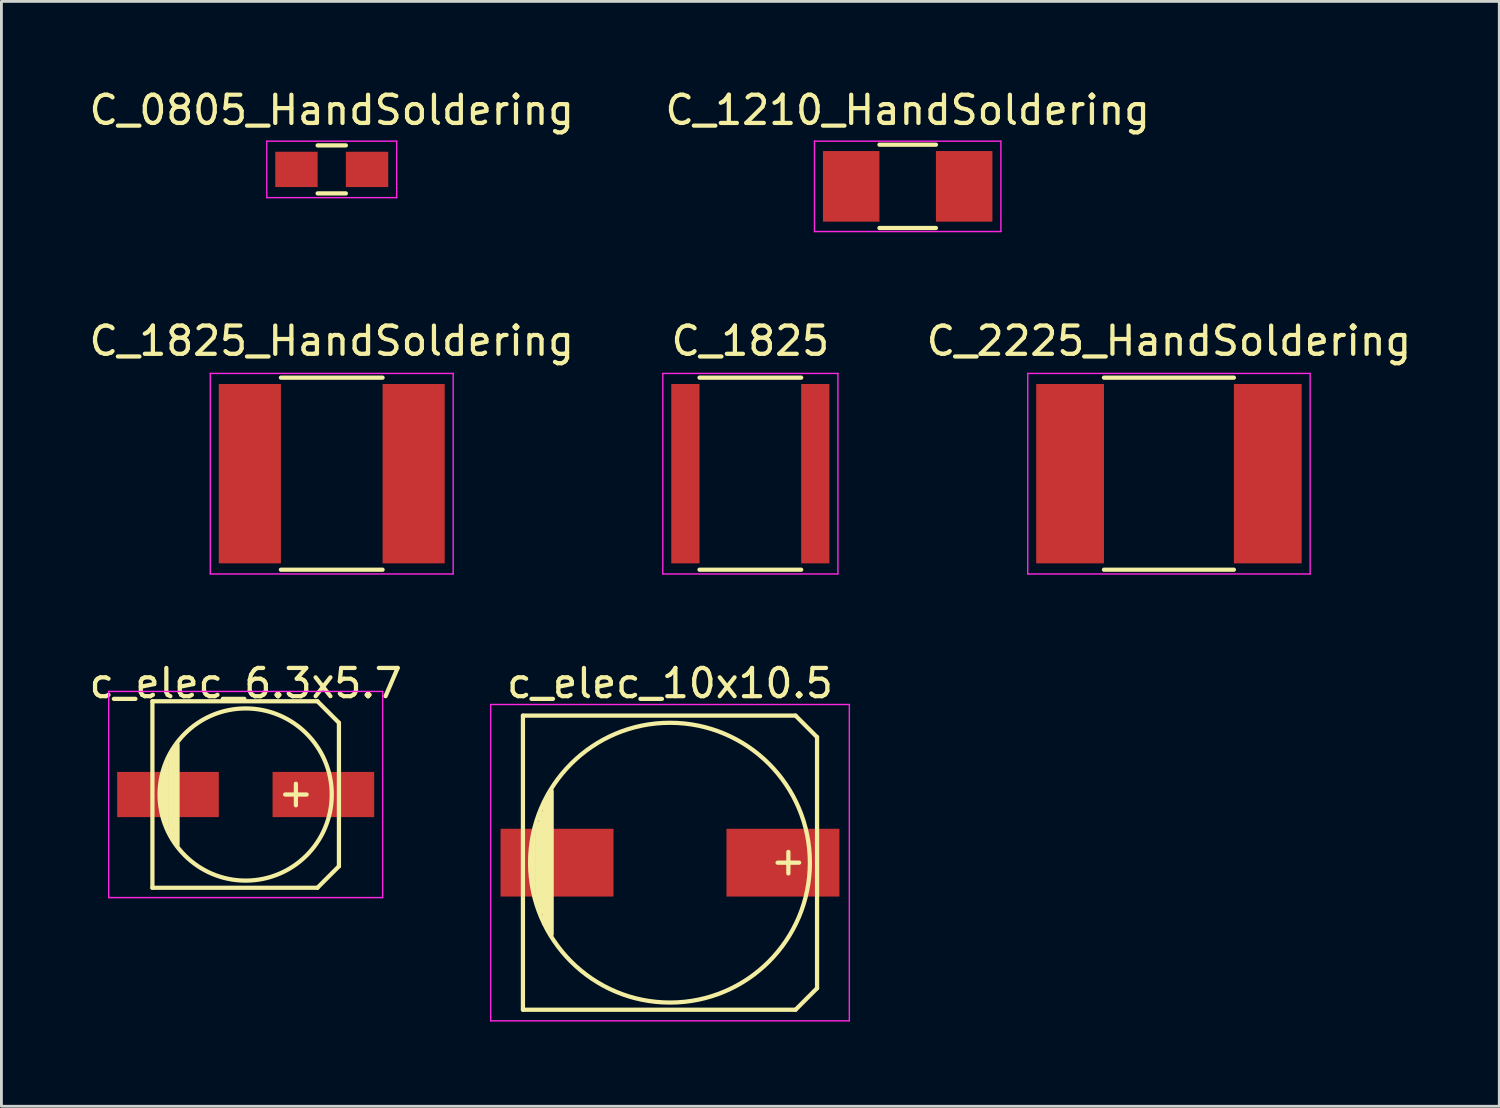
<source format=kicad_pcb>
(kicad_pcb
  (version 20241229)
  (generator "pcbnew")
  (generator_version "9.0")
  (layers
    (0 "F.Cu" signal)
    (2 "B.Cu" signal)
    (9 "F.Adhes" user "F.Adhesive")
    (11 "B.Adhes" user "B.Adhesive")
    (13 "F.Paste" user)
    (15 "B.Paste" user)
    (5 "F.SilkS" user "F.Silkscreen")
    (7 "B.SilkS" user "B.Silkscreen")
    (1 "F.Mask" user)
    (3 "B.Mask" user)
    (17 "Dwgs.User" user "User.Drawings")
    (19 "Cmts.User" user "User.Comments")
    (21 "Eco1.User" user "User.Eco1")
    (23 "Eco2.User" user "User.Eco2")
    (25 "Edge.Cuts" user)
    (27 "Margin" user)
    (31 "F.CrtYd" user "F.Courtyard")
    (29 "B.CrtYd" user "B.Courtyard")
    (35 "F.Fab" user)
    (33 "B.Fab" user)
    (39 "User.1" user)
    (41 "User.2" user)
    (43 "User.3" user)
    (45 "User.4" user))
  (footprint "c_elec_10x10.5"
    (layer "F.Cu")
    (at 20.673 27.495)
    (property "Reference" "c_elec_10x10.5" (at 0 -6.35 0) (layer "F.SilkS") (effects (font (size 1 1) (thickness 0.15))))
    (attr smd)
    (fp_line (start -5.207 -5.207) (end -5.207 5.207) (stroke (width 0.15) (type solid)) (layer "F.SilkS"))
    (fp_line (start -5.207 5.207) (end 4.445 5.207) (stroke (width 0.15) (type solid)) (layer "F.SilkS"))
    (fp_line (start -4.826 1.016) (end -4.826 -1.016) (stroke (width 0.15) (type solid)) (layer "F.SilkS"))
    (fp_line (start -4.699 -1.397) (end -4.699 1.524) (stroke (width 0.15) (type solid)) (layer "F.SilkS"))
    (fp_line (start -4.572 1.778) (end -4.572 -1.778) (stroke (width 0.15) (type solid)) (layer "F.SilkS"))
    (fp_line (start -4.445 -2.159) (end -4.445 2.159) (stroke (width 0.15) (type solid)) (layer "F.SilkS"))
    (fp_line (start -4.318 2.413) (end -4.318 -2.413) (stroke (width 0.15) (type solid)) (layer "F.SilkS"))
    (fp_line (start -4.191 -2.54) (end -4.191 2.54) (stroke (width 0.15) (type solid)) (layer "F.SilkS"))
    (fp_line (start 4.191 -0.381) (end 4.191 0.381) (stroke (width 0.15) (type solid)) (layer "F.SilkS"))
    (fp_line (start 4.445 -5.207) (end -5.207 -5.207) (stroke (width 0.15) (type solid)) (layer "F.SilkS"))
    (fp_line (start 4.445 5.207) (end 5.207 4.445) (stroke (width 0.15) (type solid)) (layer "F.SilkS"))
    (fp_line (start 4.572 0) (end 3.81 0) (stroke (width 0.15) (type solid)) (layer "F.SilkS"))
    (fp_line (start 5.207 -4.445) (end 4.445 -5.207) (stroke (width 0.15) (type solid)) (layer "F.SilkS"))
    (fp_line (start 5.207 4.445) (end 5.207 -4.445) (stroke (width 0.15) (type solid)) (layer "F.SilkS"))
    (fp_circle (center 0 0) (end 4.953 0) (stroke (width 0.15) (type solid)) (fill no) (layer "F.SilkS"))
    (fp_line (start -6.35 -5.6) (end 6.35 -5.6) (stroke (width 0.05) (type solid)) (layer "F.CrtYd"))
    (fp_line (start -6.35 5.6) (end -6.35 -5.6) (stroke (width 0.05) (type solid)) (layer "F.CrtYd"))
    (fp_line (start 6.35 -5.6) (end 6.35 5.6) (stroke (width 0.05) (type solid)) (layer "F.CrtYd"))
    (fp_line (start 6.35 5.6) (end -6.35 5.6) (stroke (width 0.05) (type solid)) (layer "F.CrtYd"))
    (pad "1" smd rect (at 4 0) (size 4 2.4) (layers "F.Cu" "F.Mask" "F.Paste"))
    (pad "2" smd rect (at -4 0) (size 4 2.4) (layers "F.Cu" "F.Mask" "F.Paste")))
  (footprint "c_elec_6.3x5.7"
    (layer "F.Cu")
    (at 5.649 25.082)
    (property "Reference" "c_elec_6.3x5.7" (at 0 -3.937 0) (layer "F.SilkS") (effects (font (size 1 1) (thickness 0.15))))
    (attr smd)
    (fp_line (start -3.302 -3.302) (end -3.302 3.302) (stroke (width 0.15) (type solid)) (layer "F.SilkS"))
    (fp_line (start -3.302 3.302) (end 2.54 3.302) (stroke (width 0.15) (type solid)) (layer "F.SilkS"))
    (fp_line (start -2.921 -0.762) (end -2.921 0.762) (stroke (width 0.15) (type solid)) (layer "F.SilkS"))
    (fp_line (start -2.794 1.143) (end -2.794 -1.143) (stroke (width 0.15) (type solid)) (layer "F.SilkS"))
    (fp_line (start -2.667 -1.397) (end -2.667 1.397) (stroke (width 0.15) (type solid)) (layer "F.SilkS"))
    (fp_line (start -2.54 1.651) (end -2.54 -1.651) (stroke (width 0.15) (type solid)) (layer "F.SilkS"))
    (fp_line (start -2.413 -1.778) (end -2.413 1.778) (stroke (width 0.15) (type solid)) (layer "F.SilkS"))
    (fp_line (start 1.778 -0.381) (end 1.778 0.381) (stroke (width 0.15) (type solid)) (layer "F.SilkS"))
    (fp_line (start 2.159 0) (end 1.397 0) (stroke (width 0.15) (type solid)) (layer "F.SilkS"))
    (fp_line (start 2.54 -3.302) (end -3.302 -3.302) (stroke (width 0.15) (type solid)) (layer "F.SilkS"))
    (fp_line (start 2.54 3.302) (end 3.302 2.54) (stroke (width 0.15) (type solid)) (layer "F.SilkS"))
    (fp_line (start 3.302 -2.54) (end 2.54 -3.302) (stroke (width 0.15) (type solid)) (layer "F.SilkS"))
    (fp_line (start 3.302 2.54) (end 3.302 -2.54) (stroke (width 0.15) (type solid)) (layer "F.SilkS"))
    (fp_circle (center 0 0) (end -3.048 0) (stroke (width 0.15) (type solid)) (fill no) (layer "F.SilkS"))
    (fp_line (start -4.85 -3.65) (end 4.85 -3.65) (stroke (width 0.05) (type solid)) (layer "F.CrtYd"))
    (fp_line (start -4.85 3.65) (end -4.85 -3.65) (stroke (width 0.05) (type solid)) (layer "F.CrtYd"))
    (fp_line (start 4.85 -3.65) (end 4.85 3.65) (stroke (width 0.05) (type solid)) (layer "F.CrtYd"))
    (fp_line (start 4.85 3.65) (end -4.85 3.65) (stroke (width 0.05) (type solid)) (layer "F.CrtYd"))
    (pad "1" smd rect (at 2.751 0) (size 3.599 1.6) (layers "F.Cu" "F.Mask" "F.Paste"))
    (pad "2" smd rect (at -2.751 0) (size 3.599 1.6) (layers "F.Cu" "F.Mask" "F.Paste")))
  (footprint "C_0805_HandSoldering"
    (layer "F.Cu")
    (at 8.696 2.948)
    (property "Reference" "C_0805_HandSoldering" (at 0 -2.1 0) (layer "F.SilkS") (effects (font (size 1 1) (thickness 0.15))))
    (attr smd)
    (fp_line (start -0.5 0.85) (end 0.5 0.85) (stroke (width 0.15) (type solid)) (layer "F.SilkS"))
    (fp_line (start 0.5 -0.85) (end -0.5 -0.85) (stroke (width 0.15) (type solid)) (layer "F.SilkS"))
    (fp_line (start -2.3 -1) (end -2.3 1) (stroke (width 0.05) (type solid)) (layer "F.CrtYd"))
    (fp_line (start -2.3 -1) (end 2.3 -1) (stroke (width 0.05) (type solid)) (layer "F.CrtYd"))
    (fp_line (start -2.3 1) (end 2.3 1) (stroke (width 0.05) (type solid)) (layer "F.CrtYd"))
    (fp_line (start 2.3 -1) (end 2.3 1) (stroke (width 0.05) (type solid)) (layer "F.CrtYd"))
    (pad "1" smd rect (at -1.25 0) (size 1.5 1.25) (layers "F.Cu" "F.Mask" "F.Paste"))
    (pad "2" smd rect (at 1.25 0) (size 1.5 1.25) (layers "F.Cu" "F.Mask" "F.Paste")))
  (footprint "C_1210_HandSoldering"
    (layer "F.Cu")
    (at 29.089 3.548)
    (property "Reference" "C_1210_HandSoldering" (at 0 -2.7 0) (layer "F.SilkS") (effects (font (size 1 1) (thickness 0.15))))
    (attr smd)
    (fp_line (start -1 1.475) (end 1 1.475) (stroke (width 0.15) (type solid)) (layer "F.SilkS"))
    (fp_line (start 1 -1.475) (end -1 -1.475) (stroke (width 0.15) (type solid)) (layer "F.SilkS"))
    (fp_line (start -3.3 -1.6) (end -3.3 1.6) (stroke (width 0.05) (type solid)) (layer "F.CrtYd"))
    (fp_line (start -3.3 -1.6) (end 3.3 -1.6) (stroke (width 0.05) (type solid)) (layer "F.CrtYd"))
    (fp_line (start -3.3 1.6) (end 3.3 1.6) (stroke (width 0.05) (type solid)) (layer "F.CrtYd"))
    (fp_line (start 3.3 -1.6) (end 3.3 1.6) (stroke (width 0.05) (type solid)) (layer "F.CrtYd"))
    (pad "1" smd rect (at -2 0) (size 2 2.5) (layers "F.Cu" "F.Mask" "F.Paste"))
    (pad "2" smd rect (at 2 0) (size 2 2.5) (layers "F.Cu" "F.Mask" "F.Paste")))
  (footprint "C_2225_HandSoldering"
    (layer "F.Cu")
    (at 38.339 13.722)
    (property "Reference" "C_2225_HandSoldering" (at 0 -4.7 0) (layer "F.SilkS") (effects (font (size 1 1) (thickness 0.15))))
    (attr smd)
    (fp_line (start -2.3 3.4) (end 2.3 3.4) (stroke (width 0.15) (type solid)) (layer "F.SilkS"))
    (fp_line (start 2.3 -3.4) (end -2.3 -3.4) (stroke (width 0.15) (type solid)) (layer "F.SilkS"))
    (fp_line (start -5 -3.55) (end -5 3.55) (stroke (width 0.05) (type solid)) (layer "F.CrtYd"))
    (fp_line (start -5 -3.55) (end 5 -3.55) (stroke (width 0.05) (type solid)) (layer "F.CrtYd"))
    (fp_line (start -5 3.55) (end 5 3.55) (stroke (width 0.05) (type solid)) (layer "F.CrtYd"))
    (fp_line (start 5 -3.55) (end 5 3.55) (stroke (width 0.05) (type solid)) (layer "F.CrtYd"))
    (pad "1" smd rect (at -3.5 0) (size 2.4 6.35) (layers "F.Cu" "F.Mask" "F.Paste"))
    (pad "2" smd rect (at 3.5 0) (size 2.4 6.35) (layers "F.Cu" "F.Mask" "F.Paste")))
  (footprint "C_1825"
    (layer "F.Cu")
    (at 23.518 13.722)
    (property "Reference" "C_1825" (at 0 -4.7 0) (layer "F.SilkS") (effects (font (size 1 1) (thickness 0.15))))
    (attr smd)
    (fp_line (start -1.8 3.4) (end 1.8 3.4) (stroke (width 0.15) (type solid)) (layer "F.SilkS"))
    (fp_line (start 1.8 -3.4) (end -1.8 -3.4) (stroke (width 0.15) (type solid)) (layer "F.SilkS"))
    (fp_line (start -3.1 -3.55) (end -3.1 3.55) (stroke (width 0.05) (type solid)) (layer "F.CrtYd"))
    (fp_line (start -3.1 -3.55) (end 3.1 -3.55) (stroke (width 0.05) (type solid)) (layer "F.CrtYd"))
    (fp_line (start -3.1 3.55) (end 3.1 3.55) (stroke (width 0.05) (type solid)) (layer "F.CrtYd"))
    (fp_line (start 3.1 -3.55) (end 3.1 3.55) (stroke (width 0.05) (type solid)) (layer "F.CrtYd"))
    (pad "1" smd rect (at -2.3 0) (size 1 6.35) (layers "F.Cu" "F.Mask" "F.Paste"))
    (pad "2" smd rect (at 2.3 0) (size 1 6.35) (layers "F.Cu" "F.Mask" "F.Paste")))
  (footprint "C_1825_HandSoldering"
    (layer "F.Cu")
    (at 8.696 13.722)
    (property "Reference" "C_1825_HandSoldering" (at 0 -4.7 0) (layer "F.SilkS") (effects (font (size 1 1) (thickness 0.15))))
    (attr smd)
    (fp_line (start -1.8 3.4) (end 1.8 3.4) (stroke (width 0.15) (type solid)) (layer "F.SilkS"))
    (fp_line (start 1.8 -3.4) (end -1.8 -3.4) (stroke (width 0.15) (type solid)) (layer "F.SilkS"))
    (fp_line (start -4.3 -3.55) (end -4.3 3.55) (stroke (width 0.05) (type solid)) (layer "F.CrtYd"))
    (fp_line (start -4.3 -3.55) (end 4.3 -3.55) (stroke (width 0.05) (type solid)) (layer "F.CrtYd"))
    (fp_line (start -4.3 3.55) (end 4.3 3.55) (stroke (width 0.05) (type solid)) (layer "F.CrtYd"))
    (fp_line (start 4.3 -3.55) (end 4.3 3.55) (stroke (width 0.05) (type solid)) (layer "F.CrtYd"))
    (pad "1" smd rect (at -2.9 0) (size 2.2 6.35) (layers "F.Cu" "F.Mask" "F.Paste"))
    (pad "2" smd rect (at 2.9 0) (size 2.2 6.35) (layers "F.Cu" "F.Mask" "F.Paste")))
  (gr_rect
    (start -3 -3)
    (end 50.036 36.12)
    (stroke (width 0.1) (type default))
    (fill no)
    (layer "Edge.Cuts")))
</source>
